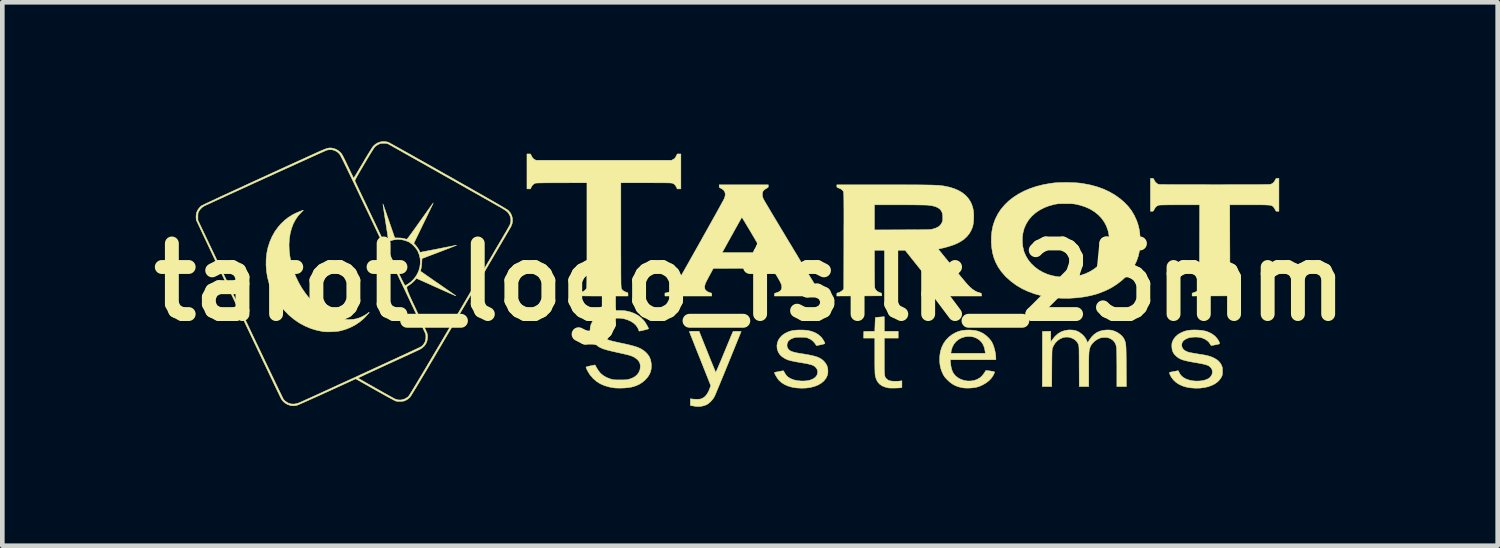
<source format=kicad_pcb>
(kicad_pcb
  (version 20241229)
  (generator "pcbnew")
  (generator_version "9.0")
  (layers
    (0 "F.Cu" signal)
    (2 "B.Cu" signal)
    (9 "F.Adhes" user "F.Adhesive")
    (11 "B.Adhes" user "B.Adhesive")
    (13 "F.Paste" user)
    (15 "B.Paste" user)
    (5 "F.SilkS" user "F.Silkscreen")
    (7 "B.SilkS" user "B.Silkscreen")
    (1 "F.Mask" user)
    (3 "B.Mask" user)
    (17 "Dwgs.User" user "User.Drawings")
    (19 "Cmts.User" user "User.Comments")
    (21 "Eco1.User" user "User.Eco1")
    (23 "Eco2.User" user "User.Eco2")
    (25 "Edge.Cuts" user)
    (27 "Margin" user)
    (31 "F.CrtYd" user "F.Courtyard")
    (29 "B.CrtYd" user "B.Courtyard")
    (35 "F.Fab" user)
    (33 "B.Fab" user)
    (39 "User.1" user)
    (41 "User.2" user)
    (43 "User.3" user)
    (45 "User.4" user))
  (footprint "tarot_logo_fsilk_25mm"
    (layer "F.Cu")
    (at 13.143 3.041)
    (property "Reference" "tarot_logo_fsilk_25mm" (at 0 0 0) (layer "F.SilkS") (effects (font (size 1.524 1.524) (thickness 0.3))))
    (attr through_hole)
    (fp_poly (pts (xy 2.899 1.061) (xy 3.199 1.061) (xy 3.199 1.208) (xy 2.899 1.208) (xy 2.899 1.598) (xy 2.899 1.69) (xy 2.899 1.768) (xy 2.899 1.833) (xy 2.9 1.888) (xy 2.901 1.933) (xy 2.903 1.969) (xy 2.906 1.998) (xy 2.909 2.021) (xy 2.914 2.039) (xy 2.919 2.053) (xy 2.926 2.065) (xy 2.934 2.075) (xy 2.944 2.085) (xy 2.947 2.088) (xy 2.975 2.111) (xy 3.008 2.127) (xy 3.049 2.136) (xy 3.1 2.14) (xy 3.126 2.141) (xy 3.163 2.14) (xy 3.199 2.139) (xy 3.229 2.137) (xy 3.241 2.135) (xy 3.279 2.13) (xy 3.279 2.275) (xy 3.257 2.279) (xy 3.234 2.282) (xy 3.2 2.285) (xy 3.159 2.286) (xy 3.115 2.287) (xy 3.071 2.287) (xy 3.032 2.287) (xy 3.002 2.285) (xy 2.99 2.284) (xy 2.916 2.266) (xy 2.853 2.24) (xy 2.8 2.204) (xy 2.759 2.158) (xy 2.728 2.102) (xy 2.707 2.036) (xy 2.704 2.023) (xy 2.702 2.007) (xy 2.7 1.987) (xy 2.698 1.961) (xy 2.697 1.929) (xy 2.696 1.888) (xy 2.695 1.838) (xy 2.694 1.777) (xy 2.694 1.705) (xy 2.694 1.62) (xy 2.694 1.588) (xy 2.694 1.208) (xy 2.452 1.208) (xy 2.454 1.136) (xy 2.456 1.065) (xy 2.575 1.063) (xy 2.694 1.061) (xy 2.695 1.034) (xy 2.695 1.017) (xy 2.696 0.989) (xy 2.698 0.953) (xy 2.699 0.912) (xy 2.7 0.886) (xy 2.705 0.765) (xy 2.745 0.76) (xy 2.773 0.757) (xy 2.808 0.754) (xy 2.842 0.751) (xy 2.899 0.746) (xy 2.899 1.061)) (stroke (width 0.01) (type solid)) (fill yes) (layer "F.SilkS"))
    (fp_poly (pts (xy -9.647 -1.547) (xy -9.659 -1.535) (xy -9.677 -1.517) (xy -9.687 -1.507) (xy -9.755 -1.434) (xy -9.813 -1.35) (xy -9.862 -1.257) (xy -9.9 -1.156) (xy -9.928 -1.047) (xy -9.946 -0.932) (xy -9.953 -0.811) (xy -9.949 -0.686) (xy -9.934 -0.557) (xy -9.908 -0.424) (xy -9.9 -0.391) (xy -9.858 -0.252) (xy -9.806 -0.117) (xy -9.744 0.012) (xy -9.672 0.136) (xy -9.592 0.252) (xy -9.505 0.36) (xy -9.412 0.459) (xy -9.312 0.548) (xy -9.208 0.626) (xy -9.099 0.691) (xy -8.987 0.744) (xy -8.945 0.76) (xy -8.851 0.787) (xy -8.756 0.803) (xy -8.662 0.809) (xy -8.572 0.804) (xy -8.503 0.792) (xy -8.441 0.773) (xy -8.378 0.747) (xy -8.32 0.717) (xy -8.273 0.686) (xy -8.245 0.665) (xy -8.228 0.653) (xy -8.221 0.651) (xy -8.225 0.659) (xy -8.239 0.677) (xy -8.257 0.699) (xy -8.335 0.782) (xy -8.425 0.858) (xy -8.523 0.924) (xy -8.629 0.979) (xy -8.74 1.023) (xy -8.855 1.054) (xy -8.859 1.055) (xy -8.903 1.062) (xy -8.957 1.067) (xy -9.015 1.071) (xy -9.075 1.073) (xy -9.132 1.073) (xy -9.181 1.071) (xy -9.208 1.069) (xy -9.346 1.042) (xy -9.48 1.002) (xy -9.608 0.948) (xy -9.731 0.882) (xy -9.847 0.802) (xy -9.956 0.711) (xy -10.057 0.608) (xy -10.139 0.508) (xy -10.218 0.392) (xy -10.286 0.271) (xy -10.342 0.146) (xy -10.386 0.019) (xy -10.419 -0.111) (xy -10.44 -0.241) (xy -10.449 -0.37) (xy -10.447 -0.499) (xy -10.433 -0.625) (xy -10.407 -0.749) (xy -10.369 -0.868) (xy -10.32 -0.981) (xy -10.26 -1.089) (xy -10.187 -1.19) (xy -10.124 -1.262) (xy -10.046 -1.336) (xy -9.967 -1.398) (xy -9.883 -1.45) (xy -9.853 -1.466) (xy -9.824 -1.481) (xy -9.79 -1.496) (xy -9.753 -1.512) (xy -9.717 -1.527) (xy -9.685 -1.539) (xy -9.66 -1.548) (xy -9.645 -1.552) (xy -9.643 -1.552) (xy -9.647 -1.547)) (stroke (width 0.01) (type solid)) (fill yes) (layer "F.SilkS"))
    (fp_poly (pts (xy -0.923 1.502) (xy -0.892 1.579) (xy -0.863 1.651) (xy -0.836 1.718) (xy -0.811 1.779) (xy -0.789 1.832) (xy -0.771 1.877) (xy -0.756 1.912) (xy -0.746 1.936) (xy -0.741 1.948) (xy -0.74 1.949) (xy -0.737 1.943) (xy -0.728 1.925) (xy -0.715 1.896) (xy -0.697 1.856) (xy -0.676 1.807) (xy -0.652 1.75) (xy -0.625 1.687) (xy -0.596 1.617) (xy -0.566 1.543) (xy -0.553 1.513) (xy -0.522 1.437) (xy -0.492 1.365) (xy -0.464 1.298) (xy -0.439 1.237) (xy -0.417 1.184) (xy -0.398 1.139) (xy -0.383 1.104) (xy -0.373 1.08) (xy -0.367 1.068) (xy -0.366 1.067) (xy -0.357 1.065) (xy -0.337 1.063) (xy -0.308 1.063) (xy -0.276 1.063) (xy -0.191 1.065) (xy -0.469 1.749) (xy -0.509 1.846) (xy -0.547 1.939) (xy -0.583 2.028) (xy -0.618 2.112) (xy -0.65 2.19) (xy -0.68 2.261) (xy -0.706 2.324) (xy -0.728 2.378) (xy -0.747 2.422) (xy -0.761 2.455) (xy -0.771 2.475) (xy -0.774 2.481) (xy -0.799 2.519) (xy -0.831 2.558) (xy -0.867 2.595) (xy -0.904 2.625) (xy -0.935 2.645) (xy -0.994 2.668) (xy -1.06 2.682) (xy -1.116 2.686) (xy -1.143 2.685) (xy -1.164 2.684) (xy -1.175 2.683) (xy -1.175 2.683) (xy -1.185 2.681) (xy -1.206 2.677) (xy -1.232 2.672) (xy -1.235 2.672) (xy -1.288 2.663) (xy -1.288 2.518) (xy -1.25 2.523) (xy -1.225 2.526) (xy -1.191 2.528) (xy -1.154 2.529) (xy -1.141 2.529) (xy -1.107 2.528) (xy -1.082 2.526) (xy -1.062 2.522) (xy -1.041 2.513) (xy -1.022 2.505) (xy -0.983 2.48) (xy -0.949 2.445) (xy -0.917 2.4) (xy -0.888 2.343) (xy -0.86 2.272) (xy -0.847 2.235) (xy -1.078 1.653) (xy -1.113 1.565) (xy -1.147 1.482) (xy -1.178 1.403) (xy -1.207 1.329) (xy -1.233 1.263) (xy -1.256 1.205) (xy -1.276 1.156) (xy -1.291 1.116) (xy -1.302 1.087) (xy -1.309 1.071) (xy -1.31 1.066) (xy -1.303 1.065) (xy -1.284 1.063) (xy -1.256 1.062) (xy -1.221 1.061) (xy -1.205 1.061) (xy -1.1 1.061) (xy -0.923 1.502)) (stroke (width 0.01) (type solid)) (fill yes) (layer "F.SilkS"))
    (fp_poly (pts (xy 4.813 1.039) (xy 4.87 1.046) (xy 4.92 1.059) (xy 4.969 1.077) (xy 5.018 1.1) (xy 5.063 1.128) (xy 5.11 1.166) (xy 5.155 1.209) (xy 5.193 1.254) (xy 5.218 1.29) (xy 5.244 1.342) (xy 5.266 1.404) (xy 5.285 1.472) (xy 5.299 1.541) (xy 5.306 1.608) (xy 5.307 1.638) (xy 5.307 1.676) (xy 4.324 1.676) (xy 4.329 1.742) (xy 4.339 1.823) (xy 4.356 1.892) (xy 4.381 1.951) (xy 4.415 2) (xy 4.441 2.028) (xy 4.498 2.071) (xy 4.561 2.103) (xy 4.628 2.124) (xy 4.698 2.135) (xy 4.768 2.134) (xy 4.836 2.124) (xy 4.9 2.102) (xy 4.958 2.069) (xy 4.997 2.037) (xy 5.014 2.018) (xy 5.034 1.993) (xy 5.055 1.966) (xy 5.072 1.939) (xy 5.085 1.918) (xy 5.089 1.91) (xy 5.096 1.908) (xy 5.115 1.909) (xy 5.141 1.912) (xy 5.172 1.916) (xy 5.205 1.922) (xy 5.235 1.927) (xy 5.259 1.933) (xy 5.276 1.937) (xy 5.28 1.94) (xy 5.28 1.948) (xy 5.273 1.966) (xy 5.261 1.991) (xy 5.247 2.018) (xy 5.23 2.045) (xy 5.213 2.069) (xy 5.207 2.077) (xy 5.159 2.127) (xy 5.1 2.173) (xy 5.033 2.213) (xy 4.963 2.246) (xy 4.892 2.269) (xy 4.89 2.269) (xy 4.836 2.279) (xy 4.775 2.285) (xy 4.71 2.288) (xy 4.649 2.287) (xy 4.596 2.282) (xy 4.593 2.281) (xy 4.51 2.263) (xy 4.437 2.237) (xy 4.371 2.201) (xy 4.308 2.154) (xy 4.267 2.116) (xy 4.236 2.084) (xy 4.212 2.058) (xy 4.194 2.033) (xy 4.178 2.007) (xy 4.162 1.976) (xy 4.133 1.909) (xy 4.113 1.843) (xy 4.1 1.773) (xy 4.094 1.702) (xy 4.096 1.599) (xy 4.105 1.537) (xy 4.336 1.537) (xy 5.081 1.537) (xy 5.076 1.499) (xy 5.062 1.423) (xy 5.037 1.357) (xy 5.002 1.3) (xy 4.958 1.255) (xy 4.954 1.251) (xy 4.893 1.211) (xy 4.827 1.185) (xy 4.756 1.173) (xy 4.681 1.175) (xy 4.637 1.182) (xy 4.565 1.204) (xy 4.502 1.238) (xy 4.447 1.283) (xy 4.402 1.338) (xy 4.368 1.401) (xy 4.346 1.473) (xy 4.342 1.496) (xy 4.336 1.537) (xy 4.105 1.537) (xy 4.11 1.502) (xy 4.137 1.412) (xy 4.176 1.33) (xy 4.227 1.256) (xy 4.289 1.19) (xy 4.363 1.133) (xy 4.446 1.086) (xy 4.514 1.06) (xy 4.586 1.043) (xy 4.666 1.035) (xy 4.747 1.034) (xy 4.813 1.039)) (stroke (width 0.01) (type solid)) (fill yes) (layer "F.SilkS"))
    (fp_poly (pts (xy -1.493 -2.013) (xy -1.573 -2.013) (xy -1.588 -2.048) (xy -1.609 -2.085) (xy -1.633 -2.112) (xy -1.665 -2.131) (xy -1.671 -2.133) (xy -1.679 -2.136) (xy -1.688 -2.138) (xy -1.701 -2.139) (xy -1.718 -2.14) (xy -1.74 -2.142) (xy -1.769 -2.142) (xy -1.805 -2.143) (xy -1.849 -2.144) (xy -1.903 -2.144) (xy -1.967 -2.144) (xy -2.043 -2.144) (xy -2.131 -2.145) (xy -2.233 -2.145) (xy -2.242 -2.145) (xy -2.789 -2.145) (xy -2.789 -1.016) (xy -2.789 -0.865) (xy -2.789 -0.729) (xy -2.789 -0.605) (xy -2.788 -0.495) (xy -2.788 -0.396) (xy -2.788 -0.308) (xy -2.788 -0.231) (xy -2.788 -0.163) (xy -2.787 -0.105) (xy -2.787 -0.055) (xy -2.786 -0.012) (xy -2.786 0.023) (xy -2.785 0.052) (xy -2.784 0.076) (xy -2.783 0.095) (xy -2.782 0.11) (xy -2.781 0.121) (xy -2.779 0.129) (xy -2.778 0.136) (xy -2.776 0.141) (xy -2.775 0.144) (xy -2.754 0.173) (xy -2.719 0.198) (xy -2.674 0.218) (xy -2.666 0.22) (xy -2.648 0.226) (xy -2.638 0.233) (xy -2.635 0.247) (xy -2.635 0.265) (xy -2.635 0.3) (xy -3.155 0.3) (xy -3.257 0.3) (xy -3.345 0.3) (xy -3.42 0.3) (xy -3.483 0.299) (xy -3.536 0.299) (xy -3.578 0.298) (xy -3.612 0.297) (xy -3.638 0.296) (xy -3.656 0.295) (xy -3.669 0.294) (xy -3.676 0.292) (xy -3.679 0.29) (xy -3.679 0.29) (xy -3.681 0.276) (xy -3.681 0.256) (xy -3.681 0.255) (xy -3.678 0.242) (xy -3.672 0.232) (xy -3.658 0.224) (xy -3.635 0.216) (xy -3.593 0.197) (xy -3.559 0.172) (xy -3.536 0.144) (xy -3.529 0.126) (xy -3.527 0.115) (xy -3.526 0.089) (xy -3.525 0.048) (xy -3.524 -0.006) (xy -3.524 -0.075) (xy -3.523 -0.159) (xy -3.522 -0.257) (xy -3.522 -0.369) (xy -3.521 -0.496) (xy -3.521 -0.637) (xy -3.521 -0.793) (xy -3.521 -0.964) (xy -3.521 -1.023) (xy -3.521 -2.145) (xy -4.068 -2.144) (xy -4.179 -2.144) (xy -4.276 -2.144) (xy -4.36 -2.143) (xy -4.432 -2.143) (xy -4.492 -2.142) (xy -4.54 -2.141) (xy -4.578 -2.14) (xy -4.607 -2.139) (xy -4.626 -2.137) (xy -4.638 -2.135) (xy -4.639 -2.135) (xy -4.67 -2.117) (xy -4.699 -2.09) (xy -4.72 -2.057) (xy -4.726 -2.045) (xy -4.738 -2.013) (xy -4.816 -2.013) (xy -4.816 -2.767) (xy -4.778 -2.767) (xy -4.74 -2.767) (xy -4.714 -2.717) (xy -4.697 -2.688) (xy -4.682 -2.669) (xy -4.664 -2.655) (xy -4.655 -2.65) (xy -4.623 -2.631) (xy -1.694 -2.631) (xy -1.658 -2.65) (xy -1.637 -2.662) (xy -1.622 -2.676) (xy -1.608 -2.696) (xy -1.596 -2.718) (xy -1.571 -2.767) (xy -1.493 -2.767) (xy -1.493 -2.013)) (stroke (width 0.01) (type solid)) (fill yes) (layer "F.SilkS"))
    (fp_poly (pts (xy 6.983 1.037) (xy 7.048 1.053) (xy 7.107 1.081) (xy 7.161 1.121) (xy 7.172 1.13) (xy 7.211 1.17) (xy 7.241 1.209) (xy 7.264 1.251) (xy 7.272 1.269) (xy 7.288 1.31) (xy 7.324 1.254) (xy 7.374 1.185) (xy 7.429 1.13) (xy 7.489 1.087) (xy 7.556 1.058) (xy 7.631 1.04) (xy 7.69 1.034) (xy 7.738 1.033) (xy 7.778 1.035) (xy 7.813 1.041) (xy 7.82 1.042) (xy 7.88 1.062) (xy 7.936 1.09) (xy 7.988 1.126) (xy 8.032 1.166) (xy 8.066 1.21) (xy 8.078 1.232) (xy 8.086 1.251) (xy 8.093 1.268) (xy 8.099 1.285) (xy 8.104 1.304) (xy 8.109 1.325) (xy 8.112 1.351) (xy 8.115 1.381) (xy 8.117 1.418) (xy 8.119 1.462) (xy 8.12 1.515) (xy 8.121 1.577) (xy 8.122 1.652) (xy 8.123 1.738) (xy 8.123 1.814) (xy 8.126 2.255) (xy 7.92 2.255) (xy 7.92 1.861) (xy 7.92 1.785) (xy 7.919 1.711) (xy 7.919 1.642) (xy 7.918 1.578) (xy 7.917 1.523) (xy 7.916 1.477) (xy 7.914 1.441) (xy 7.913 1.418) (xy 7.913 1.413) (xy 7.899 1.352) (xy 7.874 1.3) (xy 7.838 1.258) (xy 7.79 1.225) (xy 7.752 1.207) (xy 7.71 1.197) (xy 7.662 1.193) (xy 7.611 1.196) (xy 7.566 1.205) (xy 7.559 1.207) (xy 7.502 1.233) (xy 7.448 1.269) (xy 7.401 1.312) (xy 7.365 1.36) (xy 7.356 1.376) (xy 7.347 1.396) (xy 7.339 1.414) (xy 7.333 1.434) (xy 7.327 1.456) (xy 7.323 1.481) (xy 7.319 1.512) (xy 7.317 1.548) (xy 7.315 1.593) (xy 7.314 1.646) (xy 7.313 1.71) (xy 7.313 1.785) (xy 7.313 1.874) (xy 7.313 1.892) (xy 7.313 2.255) (xy 7.108 2.255) (xy 7.106 1.817) (xy 7.106 1.726) (xy 7.105 1.649) (xy 7.105 1.584) (xy 7.104 1.529) (xy 7.104 1.485) (xy 7.103 1.45) (xy 7.102 1.421) (xy 7.1 1.399) (xy 7.099 1.382) (xy 7.097 1.369) (xy 7.095 1.359) (xy 7.092 1.35) (xy 7.089 1.342) (xy 7.087 1.338) (xy 7.061 1.291) (xy 7.023 1.252) (xy 6.977 1.221) (xy 6.925 1.199) (xy 6.868 1.187) (xy 6.81 1.187) (xy 6.759 1.197) (xy 6.698 1.222) (xy 6.643 1.259) (xy 6.595 1.307) (xy 6.556 1.364) (xy 6.534 1.412) (xy 6.531 1.421) (xy 6.528 1.431) (xy 6.525 1.442) (xy 6.523 1.455) (xy 6.522 1.473) (xy 6.52 1.496) (xy 6.519 1.526) (xy 6.519 1.563) (xy 6.518 1.609) (xy 6.517 1.666) (xy 6.517 1.734) (xy 6.516 1.815) (xy 6.516 1.854) (xy 6.514 2.255) (xy 6.31 2.255) (xy 6.312 1.66) (xy 6.313 1.065) (xy 6.403 1.063) (xy 6.493 1.061) (xy 6.493 1.291) (xy 6.529 1.24) (xy 6.584 1.172) (xy 6.645 1.117) (xy 6.711 1.076) (xy 6.784 1.049) (xy 6.863 1.034) (xy 6.91 1.032) (xy 6.983 1.037)) (stroke (width 0.01) (type solid)) (fill yes) (layer "F.SilkS"))
    (fp_poly (pts (xy 6.87 -2.151) (xy 6.954 -2.148) (xy 7.034 -2.145) (xy 7.106 -2.139) (xy 7.168 -2.132) (xy 7.177 -2.13) (xy 7.338 -2.1) (xy 7.488 -2.06) (xy 7.628 -2.01) (xy 7.759 -1.949) (xy 7.881 -1.879) (xy 7.994 -1.797) (xy 8.071 -1.731) (xy 8.159 -1.642) (xy 8.234 -1.545) (xy 8.296 -1.441) (xy 8.347 -1.329) (xy 8.367 -1.275) (xy 8.387 -1.206) (xy 8.402 -1.141) (xy 8.413 -1.073) (xy 8.42 -0.999) (xy 8.423 -0.932) (xy 8.422 -0.801) (xy 8.409 -0.679) (xy 8.383 -0.563) (xy 8.346 -0.455) (xy 8.295 -0.352) (xy 8.232 -0.254) (xy 8.155 -0.161) (xy 8.129 -0.133) (xy 8.027 -0.037) (xy 7.916 0.048) (xy 7.797 0.123) (xy 7.667 0.187) (xy 7.527 0.242) (xy 7.488 0.255) (xy 7.354 0.291) (xy 7.21 0.319) (xy 7.058 0.338) (xy 6.901 0.348) (xy 6.741 0.348) (xy 6.639 0.343) (xy 6.47 0.326) (xy 6.308 0.297) (xy 6.156 0.257) (xy 6.012 0.205) (xy 5.877 0.143) (xy 5.752 0.069) (xy 5.636 -0.016) (xy 5.529 -0.111) (xy 5.508 -0.133) (xy 5.427 -0.226) (xy 5.359 -0.324) (xy 5.304 -0.428) (xy 5.267 -0.522) (xy 5.238 -0.626) (xy 5.219 -0.739) (xy 5.21 -0.855) (xy 5.21 -0.865) (xy 5.879 -0.865) (xy 5.889 -0.767) (xy 5.911 -0.674) (xy 5.917 -0.653) (xy 5.956 -0.563) (xy 6.007 -0.479) (xy 6.07 -0.4) (xy 6.145 -0.329) (xy 6.229 -0.266) (xy 6.323 -0.212) (xy 6.425 -0.168) (xy 6.431 -0.166) (xy 6.525 -0.139) (xy 6.629 -0.119) (xy 6.738 -0.109) (xy 6.851 -0.107) (xy 6.963 -0.115) (xy 7.038 -0.125) (xy 7.146 -0.149) (xy 7.248 -0.184) (xy 7.344 -0.23) (xy 7.432 -0.285) (xy 7.511 -0.348) (xy 7.581 -0.419) (xy 7.641 -0.497) (xy 7.689 -0.581) (xy 7.724 -0.67) (xy 7.741 -0.731) (xy 7.754 -0.823) (xy 7.757 -0.919) (xy 7.749 -1.016) (xy 7.731 -1.106) (xy 7.729 -1.113) (xy 7.695 -1.209) (xy 7.649 -1.297) (xy 7.59 -1.379) (xy 7.521 -1.452) (xy 7.44 -1.517) (xy 7.349 -1.574) (xy 7.249 -1.62) (xy 7.139 -1.657) (xy 7.055 -1.678) (xy 7.025 -1.684) (xy 6.997 -1.688) (xy 6.969 -1.691) (xy 6.937 -1.693) (xy 6.899 -1.694) (xy 6.851 -1.694) (xy 6.807 -1.694) (xy 6.751 -1.694) (xy 6.706 -1.693) (xy 6.67 -1.692) (xy 6.64 -1.69) (xy 6.614 -1.686) (xy 6.588 -1.682) (xy 6.566 -1.677) (xy 6.452 -1.646) (xy 6.346 -1.605) (xy 6.249 -1.554) (xy 6.162 -1.494) (xy 6.085 -1.425) (xy 6.019 -1.348) (xy 5.965 -1.263) (xy 5.923 -1.171) (xy 5.917 -1.153) (xy 5.893 -1.062) (xy 5.88 -0.965) (xy 5.879 -0.865) (xy 5.21 -0.865) (xy 5.21 -0.974) (xy 5.221 -1.09) (xy 5.242 -1.201) (xy 5.256 -1.252) (xy 5.297 -1.364) (xy 5.351 -1.471) (xy 5.417 -1.571) (xy 5.496 -1.665) (xy 5.585 -1.752) (xy 5.686 -1.831) (xy 5.797 -1.903) (xy 5.917 -1.966) (xy 6.046 -2.021) (xy 6.184 -2.067) (xy 6.33 -2.104) (xy 6.483 -2.131) (xy 6.566 -2.142) (xy 6.631 -2.147) (xy 6.705 -2.15) (xy 6.786 -2.151) (xy 6.87 -2.151)) (stroke (width 0.01) (type solid)) (fill yes) (layer "F.SilkS"))
    (fp_poly (pts (xy 8.697 -2.239) (xy 8.708 -2.235) (xy 8.717 -2.224) (xy 8.726 -2.203) (xy 8.746 -2.168) (xy 8.774 -2.139) (xy 8.805 -2.118) (xy 8.826 -2.11) (xy 8.836 -2.11) (xy 8.86 -2.109) (xy 8.897 -2.108) (xy 8.947 -2.108) (xy 9.008 -2.107) (xy 9.079 -2.107) (xy 9.161 -2.106) (xy 9.251 -2.106) (xy 9.35 -2.106) (xy 9.456 -2.105) (xy 9.569 -2.105) (xy 9.688 -2.105) (xy 9.812 -2.105) (xy 9.94 -2.104) (xy 10.036 -2.104) (xy 10.194 -2.104) (xy 10.338 -2.105) (xy 10.469 -2.105) (xy 10.587 -2.105) (xy 10.692 -2.105) (xy 10.787 -2.105) (xy 10.87 -2.106) (xy 10.943 -2.106) (xy 11.007 -2.106) (xy 11.061 -2.107) (xy 11.107 -2.108) (xy 11.145 -2.108) (xy 11.177 -2.109) (xy 11.201 -2.11) (xy 11.22 -2.111) (xy 11.233 -2.112) (xy 11.242 -2.113) (xy 11.246 -2.114) (xy 11.286 -2.136) (xy 11.318 -2.169) (xy 11.338 -2.203) (xy 11.347 -2.224) (xy 11.356 -2.235) (xy 11.367 -2.239) (xy 11.386 -2.24) (xy 11.419 -2.24) (xy 11.419 -1.53) (xy 11.386 -1.53) (xy 11.367 -1.531) (xy 11.355 -1.535) (xy 11.347 -1.547) (xy 11.338 -1.565) (xy 11.324 -1.591) (xy 11.307 -1.616) (xy 11.3 -1.623) (xy 11.291 -1.632) (xy 11.282 -1.64) (xy 11.272 -1.647) (xy 11.259 -1.652) (xy 11.243 -1.657) (xy 11.223 -1.661) (xy 11.197 -1.663) (xy 11.164 -1.665) (xy 11.123 -1.667) (xy 11.073 -1.668) (xy 11.012 -1.669) (xy 10.94 -1.669) (xy 10.856 -1.669) (xy 10.781 -1.669) (xy 10.357 -1.669) (xy 10.359 -0.77) (xy 10.36 -0.636) (xy 10.36 -0.516) (xy 10.36 -0.409) (xy 10.361 -0.314) (xy 10.361 -0.231) (xy 10.361 -0.158) (xy 10.362 -0.096) (xy 10.362 -0.043) (xy 10.363 0.002) (xy 10.364 0.039) (xy 10.365 0.069) (xy 10.366 0.093) (xy 10.367 0.112) (xy 10.368 0.126) (xy 10.369 0.136) (xy 10.371 0.144) (xy 10.373 0.149) (xy 10.373 0.15) (xy 10.395 0.18) (xy 10.424 0.202) (xy 10.463 0.221) (xy 10.469 0.223) (xy 10.493 0.232) (xy 10.507 0.24) (xy 10.513 0.248) (xy 10.515 0.26) (xy 10.515 0.268) (xy 10.515 0.296) (xy 10.03 0.298) (xy 9.545 0.3) (xy 9.545 0.269) (xy 9.545 0.238) (xy 9.587 0.225) (xy 9.633 0.206) (xy 9.666 0.181) (xy 9.688 0.149) (xy 9.689 0.149) (xy 9.691 0.144) (xy 9.693 0.139) (xy 9.694 0.131) (xy 9.696 0.122) (xy 9.697 0.109) (xy 9.698 0.091) (xy 9.699 0.069) (xy 9.7 0.042) (xy 9.701 0.008) (xy 9.701 -0.034) (xy 9.702 -0.083) (xy 9.702 -0.141) (xy 9.703 -0.209) (xy 9.703 -0.288) (xy 9.704 -0.377) (xy 9.704 -0.478) (xy 9.704 -0.592) (xy 9.704 -0.72) (xy 9.705 -0.774) (xy 9.707 -1.669) (xy 9.28 -1.669) (xy 9.186 -1.669) (xy 9.101 -1.668) (xy 9.026 -1.668) (xy 8.962 -1.667) (xy 8.909 -1.666) (xy 8.868 -1.665) (xy 8.841 -1.663) (xy 8.827 -1.662) (xy 8.827 -1.661) (xy 8.788 -1.645) (xy 8.757 -1.62) (xy 8.733 -1.583) (xy 8.729 -1.575) (xy 8.717 -1.551) (xy 8.708 -1.538) (xy 8.699 -1.532) (xy 8.685 -1.53) (xy 8.676 -1.53) (xy 8.645 -1.53) (xy 8.645 -2.24) (xy 8.678 -2.24) (xy 8.697 -2.239)) (stroke (width 0.01) (type solid)) (fill yes) (layer "F.SilkS"))
    (fp_poly (pts (xy 9.671 1.035) (xy 9.743 1.041) (xy 9.809 1.052) (xy 9.853 1.063) (xy 9.924 1.091) (xy 9.989 1.128) (xy 10.045 1.173) (xy 10.09 1.225) (xy 10.114 1.263) (xy 10.129 1.291) (xy 10.137 1.311) (xy 10.137 1.325) (xy 10.128 1.334) (xy 10.108 1.341) (xy 10.076 1.347) (xy 10.058 1.351) (xy 10.023 1.358) (xy 9.994 1.363) (xy 9.972 1.367) (xy 9.962 1.368) (xy 9.951 1.363) (xy 9.941 1.348) (xy 9.939 1.345) (xy 9.91 1.301) (xy 9.87 1.262) (xy 9.82 1.23) (xy 9.763 1.206) (xy 9.712 1.193) (xy 9.661 1.187) (xy 9.605 1.186) (xy 9.55 1.189) (xy 9.5 1.196) (xy 9.458 1.207) (xy 9.451 1.21) (xy 9.402 1.233) (xy 9.365 1.258) (xy 9.34 1.287) (xy 9.325 1.32) (xy 9.321 1.341) (xy 9.322 1.385) (xy 9.336 1.425) (xy 9.363 1.459) (xy 9.403 1.487) (xy 9.456 1.51) (xy 9.483 1.518) (xy 9.504 1.522) (xy 9.536 1.528) (xy 9.577 1.535) (xy 9.623 1.543) (xy 9.671 1.551) (xy 9.677 1.552) (xy 9.748 1.563) (xy 9.807 1.573) (xy 9.856 1.583) (xy 9.897 1.593) (xy 9.933 1.604) (xy 9.966 1.616) (xy 9.998 1.63) (xy 10.011 1.636) (xy 10.071 1.67) (xy 10.118 1.707) (xy 10.154 1.751) (xy 10.177 1.791) (xy 10.187 1.814) (xy 10.194 1.834) (xy 10.198 1.853) (xy 10.2 1.877) (xy 10.2 1.911) (xy 10.2 1.922) (xy 10.2 1.958) (xy 10.199 1.984) (xy 10.195 2.004) (xy 10.19 2.022) (xy 10.18 2.043) (xy 10.176 2.051) (xy 10.141 2.105) (xy 10.094 2.154) (xy 10.036 2.196) (xy 9.968 2.23) (xy 9.891 2.258) (xy 9.806 2.277) (xy 9.715 2.288) (xy 9.619 2.29) (xy 9.518 2.283) (xy 9.516 2.283) (xy 9.423 2.267) (xy 9.338 2.241) (xy 9.261 2.206) (xy 9.195 2.162) (xy 9.14 2.11) (xy 9.096 2.051) (xy 9.081 2.024) (xy 9.066 1.992) (xy 9.056 1.971) (xy 9.055 1.957) (xy 9.062 1.949) (xy 9.08 1.943) (xy 9.11 1.937) (xy 9.134 1.933) (xy 9.169 1.926) (xy 9.2 1.92) (xy 9.223 1.916) (xy 9.235 1.913) (xy 9.245 1.913) (xy 9.253 1.923) (xy 9.259 1.938) (xy 9.279 1.979) (xy 9.31 2.02) (xy 9.35 2.055) (xy 9.364 2.065) (xy 9.418 2.093) (xy 9.479 2.114) (xy 9.545 2.129) (xy 9.615 2.136) (xy 9.684 2.136) (xy 9.751 2.13) (xy 9.814 2.117) (xy 9.869 2.097) (xy 9.915 2.07) (xy 9.934 2.054) (xy 9.962 2.017) (xy 9.979 1.977) (xy 9.983 1.934) (xy 9.976 1.893) (xy 9.957 1.855) (xy 9.926 1.824) (xy 9.924 1.822) (xy 9.906 1.81) (xy 9.885 1.799) (xy 9.86 1.789) (xy 9.83 1.78) (xy 9.793 1.771) (xy 9.747 1.761) (xy 9.69 1.75) (xy 9.62 1.738) (xy 9.603 1.735) (xy 9.523 1.721) (xy 9.456 1.708) (xy 9.4 1.695) (xy 9.352 1.682) (xy 9.313 1.668) (xy 9.279 1.653) (xy 9.249 1.635) (xy 9.221 1.615) (xy 9.194 1.592) (xy 9.188 1.586) (xy 9.153 1.547) (xy 9.129 1.505) (xy 9.114 1.458) (xy 9.107 1.401) (xy 9.107 1.4) (xy 9.107 1.359) (xy 9.109 1.327) (xy 9.115 1.3) (xy 9.117 1.294) (xy 9.144 1.235) (xy 9.184 1.182) (xy 9.236 1.135) (xy 9.299 1.096) (xy 9.373 1.064) (xy 9.406 1.054) (xy 9.461 1.042) (xy 9.527 1.035) (xy 9.598 1.033) (xy 9.671 1.035)) (stroke (width 0.01) (type solid)) (fill yes) (layer "F.SilkS"))
    (fp_poly (pts (xy 1.157 1.035) (xy 1.249 1.044) (xy 1.33 1.063) (xy 1.403 1.091) (xy 1.467 1.128) (xy 1.524 1.176) (xy 1.526 1.177) (xy 1.546 1.2) (xy 1.566 1.227) (xy 1.585 1.256) (xy 1.601 1.284) (xy 1.612 1.307) (xy 1.616 1.324) (xy 1.615 1.328) (xy 1.608 1.331) (xy 1.589 1.337) (xy 1.563 1.344) (xy 1.532 1.351) (xy 1.501 1.358) (xy 1.472 1.363) (xy 1.448 1.367) (xy 1.434 1.368) (xy 1.432 1.368) (xy 1.427 1.361) (xy 1.417 1.345) (xy 1.403 1.324) (xy 1.402 1.323) (xy 1.364 1.278) (xy 1.315 1.239) (xy 1.257 1.211) (xy 1.246 1.206) (xy 1.224 1.199) (xy 1.203 1.195) (xy 1.179 1.192) (xy 1.149 1.19) (xy 1.109 1.19) (xy 1.091 1.189) (xy 1.046 1.19) (xy 1.013 1.191) (xy 0.987 1.193) (xy 0.966 1.197) (xy 0.945 1.203) (xy 0.936 1.206) (xy 0.882 1.229) (xy 0.842 1.257) (xy 0.815 1.291) (xy 0.801 1.331) (xy 0.798 1.363) (xy 0.801 1.395) (xy 0.811 1.421) (xy 0.817 1.432) (xy 0.833 1.453) (xy 0.852 1.471) (xy 0.876 1.487) (xy 0.906 1.5) (xy 0.945 1.512) (xy 0.993 1.524) (xy 1.053 1.535) (xy 1.111 1.544) (xy 1.202 1.559) (xy 1.279 1.573) (xy 1.345 1.587) (xy 1.401 1.601) (xy 1.449 1.616) (xy 1.489 1.633) (xy 1.523 1.651) (xy 1.554 1.672) (xy 1.582 1.696) (xy 1.603 1.717) (xy 1.638 1.762) (xy 1.663 1.809) (xy 1.677 1.863) (xy 1.681 1.895) (xy 1.681 1.959) (xy 1.668 2.017) (xy 1.642 2.072) (xy 1.602 2.124) (xy 1.589 2.138) (xy 1.534 2.183) (xy 1.468 2.221) (xy 1.392 2.251) (xy 1.308 2.273) (xy 1.216 2.286) (xy 1.119 2.29) (xy 1.017 2.285) (xy 0.996 2.283) (xy 0.902 2.267) (xy 0.817 2.242) (xy 0.741 2.208) (xy 0.675 2.165) (xy 0.621 2.115) (xy 0.613 2.105) (xy 0.597 2.084) (xy 0.58 2.057) (xy 0.562 2.029) (xy 0.547 2.001) (xy 0.535 1.976) (xy 0.529 1.959) (xy 0.529 1.95) (xy 0.537 1.948) (xy 0.556 1.943) (xy 0.584 1.938) (xy 0.612 1.933) (xy 0.646 1.926) (xy 0.676 1.921) (xy 0.698 1.916) (xy 0.708 1.914) (xy 0.718 1.914) (xy 0.726 1.921) (xy 0.736 1.937) (xy 0.742 1.95) (xy 0.774 2.003) (xy 0.817 2.047) (xy 0.872 2.082) (xy 0.938 2.108) (xy 1.016 2.126) (xy 1.105 2.135) (xy 1.109 2.135) (xy 1.186 2.134) (xy 1.256 2.126) (xy 1.317 2.109) (xy 1.369 2.085) (xy 1.41 2.055) (xy 1.44 2.018) (xy 1.457 1.976) (xy 1.457 1.975) (xy 1.461 1.931) (xy 1.452 1.891) (xy 1.43 1.853) (xy 1.419 1.841) (xy 1.403 1.825) (xy 1.384 1.811) (xy 1.362 1.799) (xy 1.335 1.788) (xy 1.3 1.778) (xy 1.257 1.767) (xy 1.203 1.756) (xy 1.137 1.745) (xy 1.099 1.738) (xy 1.026 1.726) (xy 0.965 1.715) (xy 0.915 1.704) (xy 0.873 1.695) (xy 0.838 1.685) (xy 0.808 1.675) (xy 0.781 1.663) (xy 0.754 1.65) (xy 0.753 1.649) (xy 0.693 1.611) (xy 0.646 1.566) (xy 0.611 1.513) (xy 0.59 1.453) (xy 0.585 1.432) (xy 0.581 1.369) (xy 0.591 1.307) (xy 0.614 1.249) (xy 0.65 1.196) (xy 0.696 1.148) (xy 0.754 1.108) (xy 0.785 1.092) (xy 0.828 1.072) (xy 0.869 1.058) (xy 0.909 1.048) (xy 0.954 1.041) (xy 1.008 1.036) (xy 1.054 1.034) (xy 1.157 1.035)) (stroke (width 0.01) (type solid)) (fill yes) (layer "F.SilkS"))
    (fp_poly (pts (xy -2.811 0.613) (xy -2.759 0.615) (xy -2.713 0.618) (xy -2.683 0.621) (xy -2.588 0.643) (xy -2.5 0.675) (xy -2.421 0.717) (xy -2.352 0.769) (xy -2.293 0.829) (xy -2.293 0.83) (xy -2.276 0.851) (xy -2.258 0.879) (xy -2.239 0.909) (xy -2.222 0.939) (xy -2.207 0.966) (xy -2.196 0.989) (xy -2.19 1.003) (xy -2.191 1.007) (xy -2.2 1.011) (xy -2.219 1.017) (xy -2.247 1.025) (xy -2.279 1.033) (xy -2.312 1.041) (xy -2.344 1.049) (xy -2.37 1.054) (xy -2.388 1.057) (xy -2.394 1.057) (xy -2.401 1.047) (xy -2.401 1.044) (xy -2.405 1.027) (xy -2.417 1.002) (xy -2.434 0.973) (xy -2.453 0.945) (xy -2.47 0.924) (xy -2.519 0.88) (xy -2.579 0.843) (xy -2.647 0.813) (xy -2.721 0.791) (xy -2.798 0.779) (xy -2.876 0.778) (xy -2.886 0.778) (xy -2.947 0.785) (xy -2.999 0.796) (xy -3.048 0.813) (xy -3.086 0.831) (xy -3.141 0.864) (xy -3.183 0.901) (xy -3.212 0.945) (xy -3.227 0.995) (xy -3.231 1.039) (xy -3.228 1.086) (xy -3.216 1.123) (xy -3.194 1.157) (xy -3.172 1.179) (xy -3.153 1.196) (xy -3.134 1.211) (xy -3.113 1.224) (xy -3.089 1.236) (xy -3.059 1.248) (xy -3.024 1.26) (xy -2.98 1.272) (xy -2.928 1.285) (xy -2.864 1.299) (xy -2.788 1.316) (xy -2.763 1.321) (xy -2.68 1.339) (xy -2.61 1.355) (xy -2.551 1.37) (xy -2.501 1.384) (xy -2.458 1.397) (xy -2.422 1.41) (xy -2.39 1.424) (xy -2.36 1.438) (xy -2.342 1.448) (xy -2.274 1.494) (xy -2.22 1.547) (xy -2.178 1.605) (xy -2.149 1.671) (xy -2.134 1.744) (xy -2.13 1.803) (xy -2.134 1.874) (xy -2.148 1.937) (xy -2.173 1.994) (xy -2.209 2.05) (xy -2.258 2.105) (xy -2.261 2.108) (xy -2.323 2.162) (xy -2.391 2.205) (xy -2.466 2.239) (xy -2.551 2.264) (xy -2.599 2.273) (xy -2.641 2.279) (xy -2.694 2.284) (xy -2.752 2.287) (xy -2.811 2.288) (xy -2.867 2.287) (xy -2.914 2.285) (xy -2.932 2.283) (xy -3.042 2.264) (xy -3.143 2.234) (xy -3.234 2.194) (xy -3.315 2.142) (xy -3.387 2.08) (xy -3.45 2.007) (xy -3.451 2.006) (xy -3.469 1.979) (xy -3.488 1.948) (xy -3.506 1.916) (xy -3.522 1.886) (xy -3.534 1.86) (xy -3.54 1.842) (xy -3.541 1.835) (xy -3.533 1.831) (xy -3.514 1.824) (xy -3.485 1.817) (xy -3.45 1.809) (xy -3.441 1.807) (xy -3.345 1.788) (xy -3.316 1.844) (xy -3.273 1.913) (xy -3.224 1.972) (xy -3.166 2.019) (xy -3.099 2.058) (xy -3.02 2.088) (xy -3.012 2.091) (xy -2.988 2.098) (xy -2.967 2.103) (xy -2.946 2.107) (xy -2.922 2.109) (xy -2.892 2.11) (xy -2.854 2.111) (xy -2.807 2.111) (xy -2.754 2.111) (xy -2.713 2.11) (xy -2.681 2.109) (xy -2.655 2.106) (xy -2.632 2.102) (xy -2.617 2.098) (xy -2.544 2.073) (xy -2.484 2.04) (xy -2.437 1.999) (xy -2.401 1.951) (xy -2.378 1.895) (xy -2.372 1.867) (xy -2.367 1.81) (xy -2.376 1.758) (xy -2.398 1.711) (xy -2.434 1.67) (xy -2.483 1.632) (xy -2.489 1.628) (xy -2.509 1.617) (xy -2.529 1.607) (xy -2.552 1.597) (xy -2.578 1.588) (xy -2.609 1.578) (xy -2.648 1.568) (xy -2.696 1.556) (xy -2.754 1.543) (xy -2.825 1.527) (xy -2.833 1.526) (xy -2.923 1.505) (xy -3.001 1.487) (xy -3.067 1.471) (xy -3.123 1.455) (xy -3.17 1.44) (xy -3.209 1.424) (xy -3.243 1.408) (xy -3.272 1.391) (xy -3.297 1.373) (xy -3.321 1.351) (xy -3.343 1.33) (xy -3.39 1.274) (xy -3.423 1.216) (xy -3.444 1.155) (xy -3.454 1.087) (xy -3.455 1.054) (xy -3.45 0.982) (xy -3.435 0.918) (xy -3.408 0.861) (xy -3.368 0.807) (xy -3.348 0.786) (xy -3.288 0.736) (xy -3.218 0.693) (xy -3.138 0.658) (xy -3.051 0.632) (xy -3.001 0.622) (xy -2.965 0.618) (xy -2.918 0.615) (xy -2.866 0.613) (xy -2.811 0.613)) (stroke (width 0.01) (type solid)) (fill yes) (layer "F.SilkS"))
    (fp_poly (pts (xy 0.395 -2.073) (xy 0.394 -2.058) (xy 0.389 -2.047) (xy 0.378 -2.037) (xy 0.356 -2.025) (xy 0.354 -2.024) (xy 0.327 -2.007) (xy 0.302 -1.987) (xy 0.29 -1.974) (xy 0.278 -1.957) (xy 0.271 -1.942) (xy 0.268 -1.923) (xy 0.267 -1.896) (xy 0.267 -1.893) (xy 0.268 -1.864) (xy 0.272 -1.839) (xy 0.281 -1.815) (xy 0.294 -1.786) (xy 0.3 -1.774) (xy 0.313 -1.751) (xy 0.333 -1.717) (xy 0.359 -1.673) (xy 0.391 -1.62) (xy 0.427 -1.559) (xy 0.468 -1.49) (xy 0.513 -1.415) (xy 0.561 -1.335) (xy 0.612 -1.25) (xy 0.665 -1.161) (xy 0.72 -1.07) (xy 0.776 -0.976) (xy 0.833 -0.881) (xy 0.891 -0.786) (xy 0.947 -0.692) (xy 1.004 -0.599) (xy 1.058 -0.508) (xy 1.111 -0.421) (xy 1.161 -0.338) (xy 1.209 -0.26) (xy 1.253 -0.187) (xy 1.292 -0.122) (xy 1.328 -0.064) (xy 1.358 -0.015) (xy 1.383 0.025) (xy 1.401 0.055) (xy 1.413 0.074) (xy 1.415 0.077) (xy 1.449 0.124) (xy 1.479 0.161) (xy 1.51 0.188) (xy 1.541 0.207) (xy 1.578 0.222) (xy 1.604 0.229) (xy 1.626 0.236) (xy 1.638 0.242) (xy 1.643 0.252) (xy 1.645 0.269) (xy 1.646 0.27) (xy 1.648 0.3) (xy 0.527 0.3) (xy 0.527 0.271) (xy 0.528 0.255) (xy 0.531 0.246) (xy 0.542 0.239) (xy 0.563 0.232) (xy 0.569 0.231) (xy 0.614 0.214) (xy 0.647 0.194) (xy 0.669 0.168) (xy 0.677 0.151) (xy 0.684 0.129) (xy 0.686 0.106) (xy 0.684 0.081) (xy 0.676 0.052) (xy 0.663 0.019) (xy 0.643 -0.022) (xy 0.616 -0.07) (xy 0.582 -0.127) (xy 0.553 -0.174) (xy 0.475 -0.3) (xy -0.159 -0.298) (xy -0.793 -0.296) (xy -0.872 -0.15) (xy -0.896 -0.105) (xy -0.919 -0.063) (xy -0.938 -0.024) (xy -0.954 0.007) (xy -0.964 0.029) (xy -0.966 0.035) (xy -0.978 0.08) (xy -0.98 0.121) (xy -0.971 0.156) (xy -0.966 0.164) (xy -0.948 0.185) (xy -0.919 0.205) (xy -0.886 0.221) (xy -0.855 0.231) (xy -0.838 0.235) (xy -0.83 0.242) (xy -0.827 0.256) (xy -0.827 0.268) (xy -0.827 0.3) (xy -1.837 0.3) (xy -1.837 0.236) (xy -1.806 0.231) (xy -1.76 0.219) (xy -1.718 0.198) (xy -1.678 0.165) (xy -1.64 0.12) (xy -1.609 0.073) (xy -1.596 0.051) (xy -1.577 0.018) (xy -1.552 -0.025) (xy -1.522 -0.078) (xy -1.487 -0.138) (xy -1.448 -0.207) (xy -1.406 -0.281) (xy -1.36 -0.362) (xy -1.312 -0.447) (xy -1.262 -0.537) (xy -1.209 -0.629) (xy -1.205 -0.637) (xy -0.601 -0.637) (xy -0.165 -0.637) (xy -0.087 -0.637) (xy -0.013 -0.637) (xy 0.055 -0.638) (xy 0.116 -0.638) (xy 0.169 -0.639) (xy 0.212 -0.639) (xy 0.244 -0.64) (xy 0.264 -0.641) (xy 0.271 -0.642) (xy 0.267 -0.65) (xy 0.257 -0.669) (xy 0.241 -0.698) (xy 0.22 -0.735) (xy 0.194 -0.779) (xy 0.165 -0.829) (xy 0.134 -0.883) (xy 0.1 -0.941) (xy 0.065 -1) (xy 0.03 -1.06) (xy -0.005 -1.119) (xy -0.039 -1.175) (xy -0.071 -1.229) (xy -0.1 -1.277) (xy -0.125 -1.319) (xy -0.147 -1.354) (xy -0.163 -1.38) (xy -0.173 -1.396) (xy -0.177 -1.4) (xy -0.181 -1.393) (xy -0.191 -1.375) (xy -0.208 -1.346) (xy -0.228 -1.309) (xy -0.253 -1.265) (xy -0.281 -1.214) (xy -0.312 -1.16) (xy -0.344 -1.102) (xy -0.377 -1.042) (xy -0.411 -0.982) (xy -0.443 -0.923) (xy -0.475 -0.867) (xy -0.504 -0.814) (xy -0.53 -0.766) (xy -0.553 -0.725) (xy -0.571 -0.692) (xy -0.584 -0.669) (xy -0.59 -0.657) (xy -0.601 -0.637) (xy -1.205 -0.637) (xy -1.156 -0.724) (xy -1.102 -0.82) (xy -1.048 -0.916) (xy -0.995 -1.012) (xy -0.942 -1.106) (xy -0.89 -1.199) (xy -0.84 -1.288) (xy -0.793 -1.373) (xy -0.748 -1.453) (xy -0.707 -1.528) (xy -0.669 -1.595) (xy -0.636 -1.656) (xy -0.608 -1.708) (xy -0.584 -1.75) (xy -0.567 -1.783) (xy -0.556 -1.804) (xy -0.551 -1.813) (xy -0.537 -1.867) (xy -0.536 -1.914) (xy -0.548 -1.955) (xy -0.573 -1.989) (xy -0.611 -2.017) (xy -0.639 -2.031) (xy -0.657 -2.04) (xy -0.664 -2.051) (xy -0.666 -2.069) (xy -0.666 -2.072) (xy -0.666 -2.101) (xy 0.395 -2.101) (xy 0.395 -2.073)) (stroke (width 0.01) (type solid)) (fill yes) (layer "F.SilkS"))
    (fp_poly (pts (xy 3.049 -2.101) (xy 3.187 -2.101) (xy 3.312 -2.101) (xy 3.425 -2.1) (xy 3.526 -2.1) (xy 3.616 -2.1) (xy 3.697 -2.099) (xy 3.769 -2.098) (xy 3.832 -2.097) (xy 3.887 -2.096) (xy 3.936 -2.095) (xy 3.979 -2.093) (xy 4.017 -2.092) (xy 4.051 -2.09) (xy 4.081 -2.088) (xy 4.108 -2.085) (xy 4.133 -2.082) (xy 4.157 -2.079) (xy 4.181 -2.076) (xy 4.187 -2.075) (xy 4.302 -2.051) (xy 4.407 -2.019) (xy 4.5 -1.979) (xy 4.583 -1.93) (xy 4.654 -1.873) (xy 4.713 -1.808) (xy 4.76 -1.735) (xy 4.787 -1.676) (xy 4.807 -1.617) (xy 4.82 -1.557) (xy 4.828 -1.493) (xy 4.83 -1.421) (xy 4.829 -1.38) (xy 4.826 -1.317) (xy 4.82 -1.265) (xy 4.812 -1.22) (xy 4.799 -1.177) (xy 4.782 -1.134) (xy 4.78 -1.13) (xy 4.74 -1.056) (xy 4.688 -0.99) (xy 4.626 -0.931) (xy 4.551 -0.879) (xy 4.472 -0.837) (xy 4.427 -0.817) (xy 4.371 -0.796) (xy 4.309 -0.776) (xy 4.245 -0.757) (xy 4.185 -0.741) (xy 4.145 -0.732) (xy 4.11 -0.724) (xy 4.087 -0.719) (xy 4.074 -0.714) (xy 4.07 -0.71) (xy 4.071 -0.704) (xy 4.072 -0.703) (xy 4.081 -0.692) (xy 4.097 -0.671) (xy 4.122 -0.641) (xy 4.152 -0.603) (xy 4.188 -0.559) (xy 4.228 -0.51) (xy 4.272 -0.457) (xy 4.318 -0.401) (xy 4.365 -0.344) (xy 4.413 -0.286) (xy 4.46 -0.229) (xy 4.505 -0.175) (xy 4.547 -0.123) (xy 4.586 -0.076) (xy 4.621 -0.035) (xy 4.649 -0.001) (xy 4.671 0.025) (xy 4.685 0.041) (xy 4.688 0.044) (xy 4.745 0.104) (xy 4.799 0.151) (xy 4.852 0.187) (xy 4.906 0.214) (xy 4.956 0.229) (xy 4.978 0.236) (xy 4.991 0.242) (xy 4.996 0.251) (xy 4.998 0.268) (xy 4.998 0.27) (xy 5 0.3) (xy 3.849 0.3) (xy 3.852 0.27) (xy 3.854 0.254) (xy 3.859 0.243) (xy 3.87 0.235) (xy 3.89 0.226) (xy 3.898 0.223) (xy 3.937 0.203) (xy 3.962 0.18) (xy 3.973 0.154) (xy 3.972 0.122) (xy 3.956 0.085) (xy 3.938 0.056) (xy 3.928 0.042) (xy 3.91 0.018) (xy 3.884 -0.015) (xy 3.852 -0.056) (xy 3.814 -0.104) (xy 3.772 -0.158) (xy 3.726 -0.216) (xy 3.677 -0.277) (xy 3.628 -0.338) (xy 3.349 -0.688) (xy 3.018 -0.688) (xy 2.686 -0.688) (xy 2.686 -0.295) (xy 2.687 -0.195) (xy 2.687 -0.108) (xy 2.688 -0.034) (xy 2.689 0.026) (xy 2.69 0.073) (xy 2.692 0.106) (xy 2.694 0.124) (xy 2.694 0.127) (xy 2.712 0.164) (xy 2.743 0.195) (xy 2.785 0.219) (xy 2.796 0.223) (xy 2.821 0.232) (xy 2.835 0.239) (xy 2.842 0.248) (xy 2.844 0.259) (xy 2.844 0.268) (xy 2.844 0.296) (xy 2.359 0.298) (xy 1.874 0.3) (xy 1.874 0.267) (xy 1.875 0.246) (xy 1.879 0.236) (xy 1.887 0.234) (xy 1.907 0.23) (xy 1.933 0.219) (xy 1.962 0.203) (xy 1.987 0.186) (xy 2.004 0.17) (xy 2.006 0.167) (xy 2.024 0.143) (xy 2.026 -0.893) (xy 2.026 -1.037) (xy 2.026 -1.168) (xy 2.027 -1.285) (xy 2.027 -1.39) (xy 2.027 -1.483) (xy 2.027 -1.565) (xy 2.026 -1.637) (xy 2.026 -1.669) (xy 2.686 -1.669) (xy 2.686 -1.127) (xy 3.288 -1.129) (xy 3.398 -1.13) (xy 3.493 -1.13) (xy 3.576 -1.131) (xy 3.647 -1.131) (xy 3.708 -1.132) (xy 3.759 -1.133) (xy 3.801 -1.133) (xy 3.835 -1.134) (xy 3.863 -1.135) (xy 3.886 -1.137) (xy 3.903 -1.138) (xy 3.917 -1.14) (xy 3.929 -1.142) (xy 3.938 -1.144) (xy 3.999 -1.163) (xy 4.048 -1.184) (xy 4.086 -1.209) (xy 4.116 -1.239) (xy 4.138 -1.275) (xy 4.14 -1.279) (xy 4.15 -1.301) (xy 4.156 -1.321) (xy 4.16 -1.344) (xy 4.161 -1.374) (xy 4.161 -1.391) (xy 4.159 -1.441) (xy 4.153 -1.481) (xy 4.142 -1.514) (xy 4.125 -1.544) (xy 4.119 -1.553) (xy 4.089 -1.585) (xy 4.05 -1.61) (xy 4.001 -1.631) (xy 3.941 -1.647) (xy 3.869 -1.658) (xy 3.842 -1.661) (xy 3.821 -1.663) (xy 3.786 -1.664) (xy 3.738 -1.665) (xy 3.679 -1.666) (xy 3.61 -1.667) (xy 3.531 -1.668) (xy 3.444 -1.668) (xy 3.35 -1.669) (xy 3.249 -1.669) (xy 3.227 -1.669) (xy 2.686 -1.669) (xy 2.026 -1.669) (xy 2.026 -1.699) (xy 2.026 -1.752) (xy 2.025 -1.798) (xy 2.025 -1.835) (xy 2.024 -1.866) (xy 2.023 -1.891) (xy 2.022 -1.911) (xy 2.021 -1.926) (xy 2.02 -1.938) (xy 2.019 -1.946) (xy 2.017 -1.952) (xy 2.016 -1.956) (xy 1.995 -1.985) (xy 1.96 -2.011) (xy 1.912 -2.032) (xy 1.912 -2.032) (xy 1.89 -2.041) (xy 1.879 -2.048) (xy 1.875 -2.058) (xy 1.874 -2.073) (xy 1.874 -2.101) (xy 2.897 -2.101) (xy 3.049 -2.101)) (stroke (width 0.01) (type solid)) (fill yes) (layer "F.SilkS"))
    (fp_poly (pts (xy -7.845 -3.029) (xy -7.811 -3.02) (xy -7.802 -3.015) (xy -7.78 -3.004) (xy -7.747 -2.985) (xy -7.703 -2.961) (xy -7.649 -2.931) (xy -7.585 -2.896) (xy -7.512 -2.855) (xy -7.431 -2.81) (xy -7.342 -2.76) (xy -7.246 -2.706) (xy -7.144 -2.648) (xy -7.036 -2.588) (xy -6.922 -2.524) (xy -6.804 -2.457) (xy -6.682 -2.388) (xy -6.557 -2.317) (xy -6.52 -2.297) (xy -6.358 -2.205) (xy -6.209 -2.12) (xy -6.071 -2.043) (xy -5.946 -1.971) (xy -5.831 -1.906) (xy -5.728 -1.847) (xy -5.636 -1.794) (xy -5.553 -1.747) (xy -5.481 -1.706) (xy -5.418 -1.669) (xy -5.365 -1.638) (xy -5.321 -1.612) (xy -5.285 -1.59) (xy -5.257 -1.573) (xy -5.237 -1.561) (xy -5.225 -1.552) (xy -5.222 -1.549) (xy -5.179 -1.502) (xy -5.149 -1.447) (xy -5.132 -1.388) (xy -5.127 -1.327) (xy -5.136 -1.265) (xy -5.159 -1.204) (xy -5.161 -1.2) (xy -5.166 -1.191) (xy -5.179 -1.169) (xy -5.198 -1.136) (xy -5.224 -1.091) (xy -5.256 -1.037) (xy -5.294 -0.972) (xy -5.338 -0.897) (xy -5.387 -0.814) (xy -5.441 -0.722) (xy -5.5 -0.622) (xy -5.563 -0.514) (xy -5.63 -0.4) (xy -5.701 -0.279) (xy -5.775 -0.152) (xy -5.853 -0.02) (xy -5.934 0.117) (xy -6.017 0.258) (xy -6.103 0.403) (xy -6.19 0.552) (xy -6.242 0.64) (xy -6.355 0.832) (xy -6.461 1.011) (xy -6.56 1.179) (xy -6.651 1.334) (xy -6.737 1.478) (xy -6.815 1.612) (xy -6.888 1.734) (xy -6.954 1.846) (xy -7.014 1.947) (xy -7.069 2.039) (xy -7.118 2.121) (xy -7.162 2.194) (xy -7.2 2.258) (xy -7.234 2.313) (xy -7.263 2.36) (xy -7.287 2.399) (xy -7.306 2.431) (xy -7.321 2.455) (xy -7.333 2.471) (xy -7.34 2.481) (xy -7.341 2.483) (xy -7.39 2.526) (xy -7.428 2.549) (xy -7.454 2.561) (xy -7.476 2.568) (xy -7.501 2.572) (xy -7.533 2.575) (xy -7.546 2.575) (xy -7.585 2.576) (xy -7.613 2.574) (xy -7.638 2.57) (xy -7.657 2.564) (xy -7.67 2.558) (xy -7.695 2.545) (xy -7.73 2.526) (xy -7.774 2.502) (xy -7.826 2.474) (xy -7.885 2.441) (xy -7.95 2.405) (xy -8.018 2.367) (xy -8.09 2.327) (xy -8.105 2.318) (xy -8.513 2.087) (xy -9.13 2.369) (xy -9.22 2.41) (xy -9.307 2.45) (xy -9.39 2.487) (xy -9.468 2.522) (xy -9.54 2.554) (xy -9.605 2.583) (xy -9.661 2.608) (xy -9.709 2.629) (xy -9.746 2.645) (xy -9.772 2.656) (xy -9.786 2.661) (xy -9.786 2.661) (xy -9.847 2.67) (xy -9.908 2.666) (xy -9.929 2.661) (xy -9.989 2.64) (xy -10.043 2.607) (xy -10.088 2.566) (xy -10.118 2.524) (xy -10.124 2.514) (xy -10.135 2.491) (xy -10.152 2.456) (xy -10.174 2.41) (xy -10.202 2.353) (xy -10.234 2.286) (xy -10.27 2.21) (xy -10.31 2.126) (xy -10.355 2.033) (xy -10.402 1.933) (xy -10.453 1.827) (xy -10.507 1.714) (xy -10.563 1.596) (xy -10.622 1.473) (xy -10.682 1.346) (xy -10.745 1.215) (xy -10.808 1.081) (xy -10.873 0.945) (xy -10.938 0.808) (xy -11.004 0.669) (xy -11.07 0.531) (xy -11.136 0.392) (xy -11.201 0.254) (xy -11.266 0.118) (xy -11.329 -0.016) (xy -11.391 -0.147) (xy -11.452 -0.274) (xy -11.51 -0.397) (xy -11.567 -0.516) (xy -11.62 -0.629) (xy -11.671 -0.736) (xy -11.718 -0.837) (xy -11.762 -0.93) (xy -11.803 -1.015) (xy -11.839 -1.092) (xy -11.87 -1.159) (xy -11.897 -1.217) (xy -11.919 -1.264) (xy -11.936 -1.3) (xy -11.947 -1.324) (xy -11.952 -1.336) (xy -11.953 -1.336) (xy -11.959 -1.373) (xy -11.96 -1.413) (xy -11.92 -1.413) (xy -11.92 -1.336) (xy -11.007 0.582) (xy -10.931 0.741) (xy -10.857 0.896) (xy -10.785 1.048) (xy -10.715 1.195) (xy -10.647 1.337) (xy -10.581 1.474) (xy -10.519 1.605) (xy -10.459 1.73) (xy -10.403 1.847) (xy -10.35 1.957) (xy -10.301 2.059) (xy -10.256 2.153) (xy -10.216 2.237) (xy -10.18 2.312) (xy -10.149 2.376) (xy -10.122 2.43) (xy -10.102 2.473) (xy -10.087 2.503) (xy -10.077 2.522) (xy -10.074 2.527) (xy -10.057 2.548) (xy -10.034 2.57) (xy -10.019 2.581) (xy -9.965 2.613) (xy -9.907 2.63) (xy -9.846 2.633) (xy -9.782 2.622) (xy -9.731 2.604) (xy -9.693 2.587) (xy -9.645 2.566) (xy -9.587 2.539) (xy -9.52 2.509) (xy -9.444 2.475) (xy -9.361 2.437) (xy -9.271 2.396) (xy -9.175 2.352) (xy -9.074 2.306) (xy -8.968 2.257) (xy -8.859 2.207) (xy -8.747 2.156) (xy -8.633 2.104) (xy -8.517 2.051) (xy -8.401 1.997) (xy -8.285 1.944) (xy -8.17 1.891) (xy -8.057 1.839) (xy -7.947 1.788) (xy -7.84 1.739) (xy -7.737 1.691) (xy -7.639 1.646) (xy -7.546 1.603) (xy -7.461 1.564) (xy -7.382 1.527) (xy -7.311 1.494) (xy -7.25 1.465) (xy -7.197 1.441) (xy -7.156 1.421) (xy -7.125 1.407) (xy -7.106 1.397) (xy -7.1 1.394) (xy -7.071 1.37) (xy -7.047 1.342) (xy -7.026 1.307) (xy -7.019 1.295) (xy -7.008 1.264) (xy -7.001 1.225) (xy -6.998 1.183) (xy -7 1.143) (xy -7.005 1.116) (xy -7.009 1.107) (xy -7.019 1.085) (xy -7.035 1.052) (xy -7.056 1.006) (xy -7.083 0.95) (xy -7.114 0.883) (xy -7.151 0.806) (xy -7.191 0.72) (xy -7.237 0.624) (xy -7.286 0.52) (xy -7.339 0.408) (xy -7.395 0.289) (xy -7.455 0.163) (xy -7.518 0.031) (xy -7.584 -0.108) (xy -7.652 -0.251) (xy -7.722 -0.399) (xy -7.795 -0.552) (xy -7.869 -0.708) (xy -7.924 -0.823) (xy -7.929 -0.835) (xy -7.891 -0.835) (xy -7.83 -0.709) (xy -7.814 -0.676) (xy -7.793 -0.632) (xy -7.768 -0.578) (xy -7.739 -0.517) (xy -7.707 -0.452) (xy -7.674 -0.382) (xy -7.641 -0.312) (xy -7.612 -0.252) (xy -7.575 -0.173) (xy -7.543 -0.107) (xy -7.517 -0.053) (xy -7.495 -0.01) (xy -7.478 0.024) (xy -7.464 0.048) (xy -7.455 0.064) (xy -7.448 0.073) (xy -7.444 0.074) (xy -7.433 0.069) (xy -7.413 0.058) (xy -7.391 0.045) (xy -7.331 0.003) (xy -7.274 -0.05) (xy -7.224 -0.112) (xy -7.182 -0.179) (xy -7.152 -0.246) (xy -7.128 -0.333) (xy -7.118 -0.42) (xy -7.122 -0.505) (xy -7.141 -0.589) (xy -7.172 -0.666) (xy -7.199 -0.711) (xy -7.235 -0.756) (xy -7.277 -0.8) (xy -7.321 -0.837) (xy -7.365 -0.866) (xy -7.372 -0.87) (xy -7.453 -0.901) (xy -7.536 -0.919) (xy -7.62 -0.922) (xy -7.703 -0.91) (xy -7.787 -0.884) (xy -7.823 -0.868) (xy -7.891 -0.835) (xy -7.929 -0.835) (xy -8.014 -1.013) (xy -8.098 -1.19) (xy -8.176 -1.354) (xy -8.249 -1.507) (xy -8.317 -1.648) (xy -8.379 -1.779) (xy -8.436 -1.898) (xy -8.488 -2.008) (xy -8.536 -2.108) (xy -8.574 -2.188) (xy -8.53 -2.188) (xy -8.53 -2.183) (xy -8.529 -2.181) (xy -8.525 -2.172) (xy -8.515 -2.151) (xy -8.5 -2.118) (xy -8.48 -2.075) (xy -8.455 -2.022) (xy -8.426 -1.961) (xy -8.393 -1.892) (xy -8.357 -1.816) (xy -8.318 -1.735) (xy -8.277 -1.649) (xy -8.234 -1.558) (xy -8.213 -1.514) (xy -7.904 -0.865) (xy -7.857 -0.888) (xy -7.833 -0.901) (xy -7.816 -0.914) (xy -7.81 -0.922) (xy -7.811 -0.931) (xy -7.815 -0.954) (xy -7.82 -0.987) (xy -7.826 -1.032) (xy -7.834 -1.085) (xy -7.844 -1.145) (xy -7.854 -1.212) (xy -7.865 -1.283) (xy -7.869 -1.309) (xy -7.881 -1.382) (xy -7.891 -1.449) (xy -7.9 -1.511) (xy -7.909 -1.566) (xy -7.916 -1.613) (xy -7.921 -1.649) (xy -7.924 -1.674) (xy -7.926 -1.687) (xy -7.926 -1.688) (xy -7.923 -1.682) (xy -7.916 -1.663) (xy -7.905 -1.633) (xy -7.89 -1.592) (xy -7.873 -1.543) (xy -7.853 -1.487) (xy -7.832 -1.424) (xy -7.808 -1.356) (xy -7.797 -1.323) (xy -7.67 -0.955) (xy -7.596 -0.954) (xy -7.559 -0.953) (xy -7.527 -0.951) (xy -7.495 -0.945) (xy -7.458 -0.937) (xy -7.418 -0.926) (xy -7.414 -0.926) (xy -7.409 -0.929) (xy -7.401 -0.936) (xy -7.391 -0.947) (xy -7.377 -0.963) (xy -7.36 -0.986) (xy -7.338 -1.015) (xy -7.311 -1.052) (xy -7.278 -1.098) (xy -7.238 -1.153) (xy -7.192 -1.218) (xy -7.138 -1.294) (xy -7.122 -1.317) (xy -7.074 -1.384) (xy -7.028 -1.448) (xy -6.986 -1.507) (xy -6.948 -1.561) (xy -6.914 -1.607) (xy -6.886 -1.647) (xy -6.864 -1.677) (xy -6.848 -1.698) (xy -6.84 -1.709) (xy -6.839 -1.71) (xy -6.842 -1.703) (xy -6.85 -1.685) (xy -6.864 -1.655) (xy -6.883 -1.615) (xy -6.906 -1.566) (xy -6.933 -1.51) (xy -6.963 -1.447) (xy -6.996 -1.379) (xy -7.032 -1.306) (xy -7.048 -1.273) (xy -7.259 -0.838) (xy -7.226 -0.802) (xy -7.203 -0.774) (xy -7.18 -0.743) (xy -7.159 -0.712) (xy -7.143 -0.684) (xy -7.133 -0.664) (xy -7.132 -0.661) (xy -7.127 -0.648) (xy -7.122 -0.644) (xy -7.114 -0.646) (xy -7.092 -0.649) (xy -7.06 -0.656) (xy -7.017 -0.664) (xy -6.965 -0.674) (xy -6.905 -0.686) (xy -6.839 -0.698) (xy -6.769 -0.712) (xy -6.744 -0.717) (xy -6.672 -0.731) (xy -6.603 -0.745) (xy -6.54 -0.757) (xy -6.484 -0.768) (xy -6.436 -0.778) (xy -6.398 -0.785) (xy -6.37 -0.791) (xy -6.356 -0.794) (xy -6.354 -0.794) (xy -6.335 -0.797) (xy -6.353 -0.789) (xy -6.363 -0.785) (xy -6.385 -0.776) (xy -6.419 -0.763) (xy -6.462 -0.746) (xy -6.513 -0.726) (xy -6.571 -0.704) (xy -6.635 -0.679) (xy -6.703 -0.653) (xy -6.726 -0.644) (xy -7.082 -0.509) (xy -7.086 -0.421) (xy -7.089 -0.381) (xy -7.093 -0.341) (xy -7.099 -0.307) (xy -7.103 -0.287) (xy -7.109 -0.263) (xy -7.112 -0.244) (xy -7.112 -0.235) (xy -7.105 -0.23) (xy -7.088 -0.217) (xy -7.06 -0.198) (xy -7.023 -0.172) (xy -6.979 -0.141) (xy -6.927 -0.105) (xy -6.87 -0.065) (xy -6.808 -0.022) (xy -6.742 0.023) (xy -6.727 0.033) (xy -6.661 0.079) (xy -6.598 0.123) (xy -6.54 0.163) (xy -6.488 0.199) (xy -6.443 0.231) (xy -6.405 0.257) (xy -6.376 0.278) (xy -6.357 0.291) (xy -6.349 0.298) (xy -6.349 0.298) (xy -6.356 0.295) (xy -6.375 0.287) (xy -6.405 0.274) (xy -6.445 0.257) (xy -6.494 0.235) (xy -6.551 0.21) (xy -6.614 0.182) (xy -6.683 0.151) (xy -6.756 0.118) (xy -6.775 0.11) (xy -6.849 0.077) (xy -6.919 0.045) (xy -6.983 0.016) (xy -7.042 -0.01) (xy -7.093 -0.033) (xy -7.136 -0.052) (xy -7.169 -0.066) (xy -7.191 -0.076) (xy -7.202 -0.08) (xy -7.202 -0.08) (xy -7.209 -0.075) (xy -7.221 -0.061) (xy -7.228 -0.051) (xy -7.247 -0.03) (xy -7.273 -0.005) (xy -7.303 0.021) (xy -7.334 0.046) (xy -7.363 0.067) (xy -7.384 0.079) (xy -7.394 0.085) (xy -7.402 0.092) (xy -7.407 0.102) (xy -7.409 0.115) (xy -7.408 0.133) (xy -7.403 0.155) (xy -7.394 0.184) (xy -7.381 0.219) (xy -7.363 0.262) (xy -7.341 0.313) (xy -7.313 0.374) (xy -7.28 0.446) (xy -7.241 0.528) (xy -7.197 0.622) (xy -7.185 0.647) (xy -7.149 0.722) (xy -7.115 0.794) (xy -7.084 0.861) (xy -7.055 0.923) (xy -7.029 0.978) (xy -7.007 1.025) (xy -6.99 1.062) (xy -6.978 1.09) (xy -6.972 1.105) (xy -6.971 1.107) (xy -6.964 1.138) (xy -6.962 1.176) (xy -6.963 1.204) (xy -6.973 1.269) (xy -6.996 1.327) (xy -7.032 1.378) (xy -7.08 1.422) (xy -7.136 1.456) (xy -7.151 1.463) (xy -7.178 1.476) (xy -7.216 1.493) (xy -7.264 1.516) (xy -7.322 1.542) (xy -7.388 1.573) (xy -7.461 1.606) (xy -7.541 1.643) (xy -7.625 1.681) (xy -7.714 1.722) (xy -7.806 1.764) (xy -7.831 1.775) (xy -7.922 1.817) (xy -8.008 1.857) (xy -8.09 1.895) (xy -8.167 1.93) (xy -8.236 1.962) (xy -8.298 1.991) (xy -8.352 2.017) (xy -8.396 2.038) (xy -8.43 2.054) (xy -8.453 2.065) (xy -8.463 2.071) (xy -8.464 2.072) (xy -8.456 2.077) (xy -8.437 2.088) (xy -8.408 2.105) (xy -8.37 2.127) (xy -8.324 2.153) (xy -8.273 2.182) (xy -8.217 2.214) (xy -8.157 2.248) (xy -8.096 2.283) (xy -8.033 2.318) (xy -7.972 2.353) (xy -7.912 2.386) (xy -7.856 2.418) (xy -7.804 2.446) (xy -7.759 2.472) (xy -7.721 2.493) (xy -7.691 2.509) (xy -7.672 2.52) (xy -7.665 2.523) (xy -7.608 2.541) (xy -7.552 2.545) (xy -7.509 2.539) (xy -7.449 2.519) (xy -7.397 2.488) (xy -7.371 2.465) (xy -7.365 2.456) (xy -7.352 2.437) (xy -7.333 2.406) (xy -7.307 2.365) (xy -7.275 2.312) (xy -7.236 2.248) (xy -7.191 2.173) (xy -7.14 2.087) (xy -7.081 1.989) (xy -7.016 1.88) (xy -6.944 1.758) (xy -6.865 1.625) (xy -6.779 1.48) (xy -6.686 1.323) (xy -6.586 1.153) (xy -6.479 0.971) (xy -6.364 0.777) (xy -6.275 0.626) (xy -6.186 0.475) (xy -6.099 0.327) (xy -6.015 0.183) (xy -5.932 0.043) (xy -5.852 -0.093) (xy -5.776 -0.223) (xy -5.702 -0.348) (xy -5.632 -0.467) (xy -5.566 -0.579) (xy -5.505 -0.685) (xy -5.448 -0.782) (xy -5.395 -0.871) (xy -5.348 -0.952) (xy -5.306 -1.024) (xy -5.27 -1.085) (xy -5.24 -1.137) (xy -5.217 -1.178) (xy -5.2 -1.207) (xy -5.19 -1.225) (xy -5.187 -1.23) (xy -5.168 -1.285) (xy -5.163 -1.342) (xy -5.171 -1.399) (xy -5.192 -1.453) (xy -5.225 -1.501) (xy -5.24 -1.517) (xy -5.258 -1.532) (xy -5.287 -1.553) (xy -5.321 -1.575) (xy -5.359 -1.598) (xy -5.376 -1.609) (xy -5.434 -1.641) (xy -5.499 -1.678) (xy -5.573 -1.72) (xy -5.653 -1.766) (xy -5.741 -1.815) (xy -5.833 -1.868) (xy -5.931 -1.923) (xy -6.033 -1.98) (xy -6.138 -2.04) (xy -6.246 -2.101) (xy -6.355 -2.163) (xy -6.466 -2.226) (xy -6.578 -2.288) (xy -6.689 -2.351) (xy -6.798 -2.413) (xy -6.907 -2.474) (xy -7.012 -2.534) (xy -7.114 -2.591) (xy -7.212 -2.646) (xy -7.306 -2.699) (xy -7.393 -2.748) (xy -7.475 -2.794) (xy -7.549 -2.836) (xy -7.616 -2.874) (xy -7.674 -2.906) (xy -7.723 -2.934) (xy -7.762 -2.955) (xy -7.79 -2.971) (xy -7.806 -2.98) (xy -7.81 -2.982) (xy -7.833 -2.99) (xy -7.86 -2.995) (xy -7.894 -2.997) (xy -7.909 -2.997) (xy -7.943 -2.997) (xy -7.967 -2.995) (xy -7.988 -2.989) (xy -8.01 -2.98) (xy -8.023 -2.974) (xy -8.052 -2.957) (xy -8.082 -2.936) (xy -8.101 -2.919) (xy -8.111 -2.906) (xy -8.129 -2.88) (xy -8.152 -2.844) (xy -8.182 -2.797) (xy -8.216 -2.741) (xy -8.255 -2.676) (xy -8.298 -2.604) (xy -8.334 -2.544) (xy -8.378 -2.468) (xy -8.416 -2.404) (xy -8.447 -2.351) (xy -8.472 -2.307) (xy -8.492 -2.272) (xy -8.507 -2.244) (xy -8.517 -2.223) (xy -8.525 -2.207) (xy -8.529 -2.196) (xy -8.53 -2.188) (xy -8.574 -2.188) (xy -8.58 -2.199) (xy -8.619 -2.281) (xy -8.655 -2.355) (xy -8.687 -2.421) (xy -8.715 -2.48) (xy -8.741 -2.532) (xy -8.763 -2.577) (xy -8.782 -2.616) (xy -8.799 -2.65) (xy -8.814 -2.679) (xy -8.826 -2.702) (xy -8.837 -2.722) (xy -8.845 -2.738) (xy -8.853 -2.75) (xy -8.859 -2.76) (xy -8.864 -2.767) (xy -8.868 -2.773) (xy -8.869 -2.774) (xy -8.914 -2.813) (xy -8.965 -2.841) (xy -9.021 -2.857) (xy -9.079 -2.86) (xy -9.136 -2.85) (xy -9.139 -2.849) (xy -9.149 -2.845) (xy -9.171 -2.835) (xy -9.206 -2.82) (xy -9.251 -2.8) (xy -9.306 -2.775) (xy -9.371 -2.746) (xy -9.444 -2.713) (xy -9.525 -2.676) (xy -9.613 -2.636) (xy -9.707 -2.593) (xy -9.807 -2.548) (xy -9.912 -2.5) (xy -10.02 -2.451) (xy -10.131 -2.401) (xy -10.245 -2.349) (xy -10.36 -2.296) (xy -10.476 -2.244) (xy -10.591 -2.191) (xy -10.706 -2.139) (xy -10.819 -2.087) (xy -10.93 -2.036) (xy -11.037 -1.987) (xy -11.141 -1.94) (xy -11.24 -1.895) (xy -11.333 -1.852) (xy -11.419 -1.812) (xy -11.499 -1.776) (xy -11.57 -1.743) (xy -11.633 -1.714) (xy -11.687 -1.689) (xy -11.73 -1.67) (xy -11.761 -1.655) (xy -11.781 -1.645) (xy -11.786 -1.643) (xy -11.833 -1.611) (xy -11.874 -1.568) (xy -11.9 -1.528) (xy -11.909 -1.509) (xy -11.915 -1.492) (xy -11.919 -1.473) (xy -11.92 -1.447) (xy -11.92 -1.413) (xy -11.96 -1.413) (xy -11.96 -1.417) (xy -11.957 -1.461) (xy -11.95 -1.499) (xy -11.931 -1.542) (xy -11.904 -1.586) (xy -11.87 -1.625) (xy -11.85 -1.643) (xy -11.839 -1.65) (xy -11.814 -1.662) (xy -11.777 -1.681) (xy -11.726 -1.705) (xy -11.662 -1.735) (xy -11.584 -1.771) (xy -11.494 -1.814) (xy -11.391 -1.862) (xy -11.274 -1.915) (xy -11.145 -1.975) (xy -11.003 -2.04) (xy -10.848 -2.112) (xy -10.68 -2.189) (xy -10.5 -2.271) (xy -10.307 -2.36) (xy -10.101 -2.454) (xy -9.882 -2.554) (xy -9.651 -2.659) (xy -9.408 -2.77) (xy -9.358 -2.793) (xy -9.291 -2.823) (xy -9.235 -2.847) (xy -9.19 -2.866) (xy -9.152 -2.88) (xy -9.12 -2.889) (xy -9.093 -2.895) (xy -9.069 -2.897) (xy -9.046 -2.896) (xy -9.021 -2.893) (xy -9.018 -2.892) (xy -8.952 -2.874) (xy -8.894 -2.843) (xy -8.844 -2.8) (xy -8.841 -2.797) (xy -8.83 -2.785) (xy -8.82 -2.771) (xy -8.808 -2.753) (xy -8.796 -2.732) (xy -8.781 -2.704) (xy -8.763 -2.669) (xy -8.742 -2.626) (xy -8.716 -2.572) (xy -8.685 -2.506) (xy -8.682 -2.501) (xy -8.655 -2.444) (xy -8.63 -2.391) (xy -8.608 -2.345) (xy -8.588 -2.305) (xy -8.573 -2.274) (xy -8.563 -2.253) (xy -8.558 -2.244) (xy -8.557 -2.244) (xy -8.553 -2.249) (xy -8.542 -2.267) (xy -8.525 -2.294) (xy -8.502 -2.331) (xy -8.476 -2.375) (xy -8.445 -2.427) (xy -8.411 -2.484) (xy -8.374 -2.545) (xy -8.359 -2.571) (xy -8.316 -2.645) (xy -8.275 -2.713) (xy -8.238 -2.774) (xy -8.205 -2.827) (xy -8.177 -2.871) (xy -8.155 -2.906) (xy -8.139 -2.929) (xy -8.131 -2.938) (xy -8.084 -2.98) (xy -8.029 -3.011) (xy -7.969 -3.03) (xy -7.907 -3.036) (xy -7.845 -3.029)) (stroke (width 0.01) (type solid)) (fill yes) (layer "F.SilkS")))
  (gr_rect
    (start -3 -3)
    (end 29.285 8.732)
    (stroke (width 0.1) (type default))
    (fill no)
    (layer "Edge.Cuts")))
</source>
